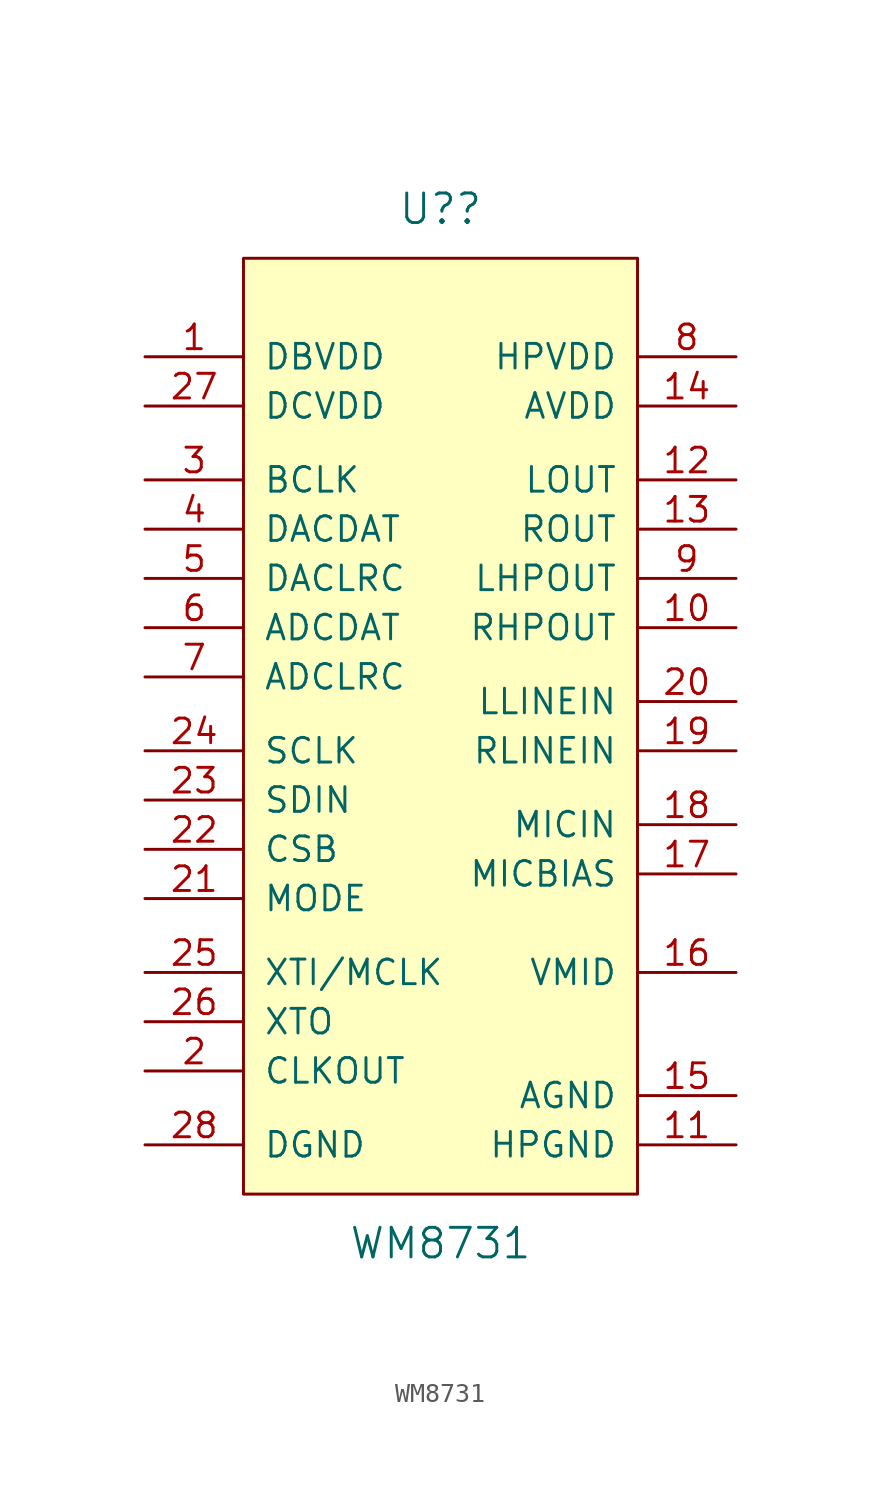
<source format=kicad_sym>
(kicad_symbol_lib
  (version 20220914)
  (generator kicad_symbol_editor)
  (symbol "WM8731"
    (pin_names
      (offset 1.016))
    (property "Reference" "U?"
      (at 10.16 2.54 0)
      (effects (font (size 1.524 1.524))))
    (property "Value" "WM8731"
      (at 10.16 -50.8 0)
      (effects (font (size 1.524 1.524))))
    (symbol "WM8731_0_1"
      (rectangle (start 0 0) (end 20.32 -48.26) (stroke (width 0) (type solid)) (fill (type background))))
    (symbol "WM8731_1_1"
      (pin power_in line (at -5.08 -5.08 0) (length 5.08) (name "DBVDD" (effects (font (size 1.27 1.27)))) (number "1" (effects (font (size 1.27 1.27)))))
      (pin output line (at 25.4 -19.05 180) (length 5.08) (name "RHPOUT" (effects (font (size 1.27 1.27)))) (number "10" (effects (font (size 1.27 1.27)))))
      (pin power_in line (at 25.4 -45.72 180) (length 5.08) (name "HPGND" (effects (font (size 1.27 1.27)))) (number "11" (effects (font (size 1.27 1.27)))))
      (pin output line (at 25.4 -11.43 180) (length 5.08) (name "LOUT" (effects (font (size 1.27 1.27)))) (number "12" (effects (font (size 1.27 1.27)))))
      (pin output line (at 25.4 -13.97 180) (length 5.08) (name "ROUT" (effects (font (size 1.27 1.27)))) (number "13" (effects (font (size 1.27 1.27)))))
      (pin power_in line (at 25.4 -7.62 180) (length 5.08) (name "AVDD" (effects (font (size 1.27 1.27)))) (number "14" (effects (font (size 1.27 1.27)))))
      (pin power_in line (at 25.4 -43.18 180) (length 5.08) (name "AGND" (effects (font (size 1.27 1.27)))) (number "15" (effects (font (size 1.27 1.27)))))
      (pin input line (at 25.4 -36.83 180) (length 5.08) (name "VMID" (effects (font (size 1.27 1.27)))) (number "16" (effects (font (size 1.27 1.27)))))
      (pin input line (at 25.4 -31.75 180) (length 5.08) (name "MICBIAS" (effects (font (size 1.27 1.27)))) (number "17" (effects (font (size 1.27 1.27)))))
      (pin input line (at 25.4 -29.21 180) (length 5.08) (name "MICIN" (effects (font (size 1.27 1.27)))) (number "18" (effects (font (size 1.27 1.27)))))
      (pin input line (at 25.4 -25.4 180) (length 5.08) (name "RLINEIN" (effects (font (size 1.27 1.27)))) (number "19" (effects (font (size 1.27 1.27)))))
      (pin output line (at -5.08 -41.91 0) (length 5.08) (name "CLKOUT" (effects (font (size 1.27 1.27)))) (number "2" (effects (font (size 1.27 1.27)))))
      (pin input line (at 25.4 -22.86 180) (length 5.08) (name "LLINEIN" (effects (font (size 1.27 1.27)))) (number "20" (effects (font (size 1.27 1.27)))))
      (pin input line (at -5.08 -33.02 0) (length 5.08) (name "MODE" (effects (font (size 1.27 1.27)))) (number "21" (effects (font (size 1.27 1.27)))))
      (pin input line (at -5.08 -30.48 0) (length 5.08) (name "CSB" (effects (font (size 1.27 1.27)))) (number "22" (effects (font (size 1.27 1.27)))))
      (pin input line (at -5.08 -27.94 0) (length 5.08) (name "SDIN" (effects (font (size 1.27 1.27)))) (number "23" (effects (font (size 1.27 1.27)))))
      (pin input line (at -5.08 -25.4 0) (length 5.08) (name "SCLK" (effects (font (size 1.27 1.27)))) (number "24" (effects (font (size 1.27 1.27)))))
      (pin input line (at -5.08 -36.83 0) (length 5.08) (name "XTI/MCLK" (effects (font (size 1.27 1.27)))) (number "25" (effects (font (size 1.27 1.27)))))
      (pin output line (at -5.08 -39.37 0) (length 5.08) (name "XTO" (effects (font (size 1.27 1.27)))) (number "26" (effects (font (size 1.27 1.27)))))
      (pin power_in line (at -5.08 -7.62 0) (length 5.08) (name "DCVDD" (effects (font (size 1.27 1.27)))) (number "27" (effects (font (size 1.27 1.27)))))
      (pin power_in line (at -5.08 -45.72 0) (length 5.08) (name "DGND" (effects (font (size 1.27 1.27)))) (number "28" (effects (font (size 1.27 1.27)))))
      (pin bidirectional line (at -5.08 -11.43 0) (length 5.08) (name "BCLK" (effects (font (size 1.27 1.27)))) (number "3" (effects (font (size 1.27 1.27)))))
      (pin output line (at -5.08 -13.97 0) (length 5.08) (name "DACDAT" (effects (font (size 1.27 1.27)))) (number "4" (effects (font (size 1.27 1.27)))))
      (pin bidirectional line (at -5.08 -16.51 0) (length 5.08) (name "DACLRC" (effects (font (size 1.27 1.27)))) (number "5" (effects (font (size 1.27 1.27)))))
      (pin input line (at -5.08 -19.05 0) (length 5.08) (name "ADCDAT" (effects (font (size 1.27 1.27)))) (number "6" (effects (font (size 1.27 1.27)))))
      (pin bidirectional line (at -5.08 -21.59 0) (length 5.08) (name "ADCLRC" (effects (font (size 1.27 1.27)))) (number "7" (effects (font (size 1.27 1.27)))))
      (pin power_in line (at 25.4 -5.08 180) (length 5.08) (name "HPVDD" (effects (font (size 1.27 1.27)))) (number "8" (effects (font (size 1.27 1.27)))))
      (pin output line (at 25.4 -16.51 180) (length 5.08) (name "LHPOUT" (effects (font (size 1.27 1.27)))) (number "9" (effects (font (size 1.27 1.27))))))))
</source>
